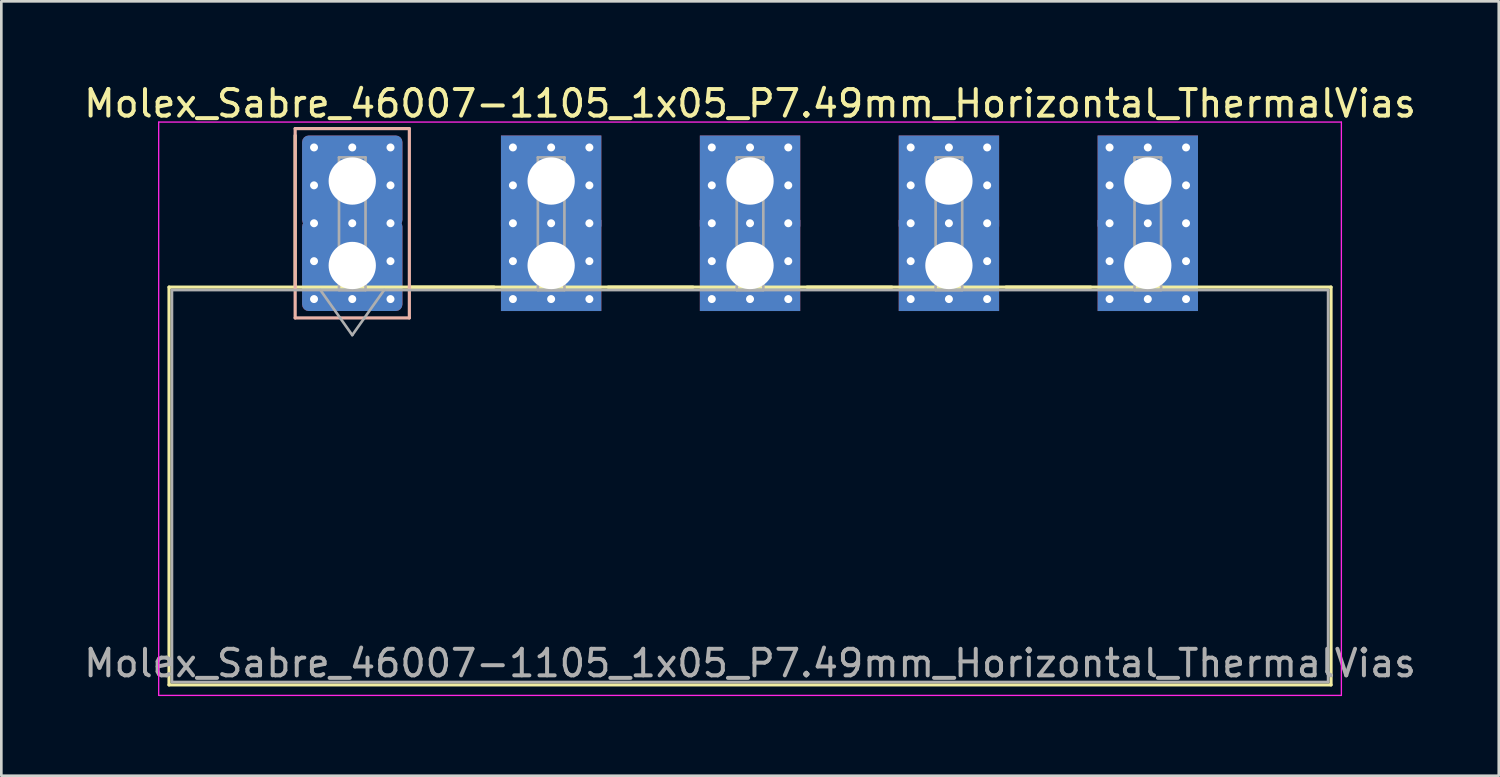
<source format=kicad_pcb>
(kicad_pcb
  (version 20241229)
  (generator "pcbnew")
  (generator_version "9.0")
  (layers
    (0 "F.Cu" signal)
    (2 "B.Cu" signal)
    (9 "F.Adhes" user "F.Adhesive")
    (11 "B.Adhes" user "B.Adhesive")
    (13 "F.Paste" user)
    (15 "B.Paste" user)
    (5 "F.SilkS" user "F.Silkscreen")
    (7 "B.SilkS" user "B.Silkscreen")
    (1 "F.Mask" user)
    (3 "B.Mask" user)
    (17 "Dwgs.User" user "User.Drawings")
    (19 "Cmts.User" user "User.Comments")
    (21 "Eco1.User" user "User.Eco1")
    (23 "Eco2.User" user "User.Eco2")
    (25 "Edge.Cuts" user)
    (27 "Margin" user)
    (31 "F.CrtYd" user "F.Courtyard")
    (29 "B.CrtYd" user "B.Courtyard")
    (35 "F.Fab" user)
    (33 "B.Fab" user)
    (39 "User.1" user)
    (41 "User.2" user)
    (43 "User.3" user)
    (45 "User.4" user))
  (footprint "Molex_Sabre_46007-1105_1x05_P7.49mm_Horizontal_ThermalVias"
    (layer "F.Cu")
    (at 10.216 6.948)
    (property "Reference" "Molex_Sabre_46007-1105_1x05_P7.49mm_Horizontal_ThermalVias" (at 14.98 -6.1 0) (layer "F.SilkS") (effects (font (size 1 1) (thickness 0.15))))
    (attr through_hole)
    (fp_line (start -6.9 0.815) (end -6.9 15.795) (stroke (width 0.12) (type solid)) (layer "F.SilkS"))
    (fp_line (start -6.9 15.795) (end 36.86 15.795) (stroke (width 0.12) (type solid)) (layer "F.SilkS"))
    (fp_line (start -2.15 0.815) (end -2.15 -4.895) (stroke (width 0.12) (type solid)) (layer "F.SilkS"))
    (fp_line (start 2.15 0.815) (end 5.34 0.815) (stroke (width 0.12) (type solid)) (layer "F.SilkS"))
    (fp_line (start 9.64 0.815) (end 12.83 0.815) (stroke (width 0.12) (type solid)) (layer "F.SilkS"))
    (fp_line (start 17.13 0.815) (end 20.32 0.815) (stroke (width 0.12) (type solid)) (layer "F.SilkS"))
    (fp_line (start 24.62 0.815) (end 27.81 0.815) (stroke (width 0.12) (type solid)) (layer "F.SilkS"))
    (fp_line (start 36.86 0.815) (end -6.9 0.815) (stroke (width 0.12) (type solid)) (layer "F.SilkS"))
    (fp_line (start 36.86 15.795) (end 36.86 0.815) (stroke (width 0.12) (type solid)) (layer "F.SilkS"))
    (fp_line (start -2.15 -5.155) (end -2.15 1.975) (stroke (width 0.12) (type solid)) (layer "B.SilkS"))
    (fp_line (start -2.15 1.975) (end 2.15 1.975) (stroke (width 0.12) (type solid)) (layer "B.SilkS"))
    (fp_line (start 2.15 -5.155) (end -2.15 -5.155) (stroke (width 0.12) (type solid)) (layer "B.SilkS"))
    (fp_line (start 2.15 1.975) (end 2.15 -5.155) (stroke (width 0.12) (type solid)) (layer "B.SilkS"))
    (fp_line (start -7.29 -5.4) (end -7.29 16.19) (stroke (width 0.05) (type solid)) (layer "F.CrtYd"))
    (fp_line (start -7.29 16.19) (end 37.25 16.19) (stroke (width 0.05) (type solid)) (layer "F.CrtYd"))
    (fp_line (start 37.25 -5.4) (end -7.29 -5.4) (stroke (width 0.05) (type solid)) (layer "F.CrtYd"))
    (fp_line (start 37.25 16.19) (end 37.25 -5.4) (stroke (width 0.05) (type solid)) (layer "F.CrtYd"))
    (fp_line (start -6.79 0.925) (end -6.79 15.685) (stroke (width 0.1) (type solid)) (layer "F.Fab"))
    (fp_line (start -6.79 15.685) (end 36.75 15.685) (stroke (width 0.1) (type solid)) (layer "F.Fab"))
    (fp_line (start -1.2 0.925) (end 0 2.622) (stroke (width 0.1) (type solid)) (layer "F.Fab"))
    (fp_line (start -0.5 -4.07) (end 0.5 -4.07) (stroke (width 0.1) (type solid)) (layer "F.Fab"))
    (fp_line (start -0.5 0.925) (end -0.5 -4.07) (stroke (width 0.1) (type solid)) (layer "F.Fab"))
    (fp_line (start 0 2.622) (end 1.2 0.925) (stroke (width 0.1) (type solid)) (layer "F.Fab"))
    (fp_line (start 0.5 -4.07) (end 0.5 0.925) (stroke (width 0.1) (type solid)) (layer "F.Fab"))
    (fp_line (start 0.5 0.925) (end -0.5 0.925) (stroke (width 0.1) (type solid)) (layer "F.Fab"))
    (fp_line (start 6.99 -4.07) (end 7.99 -4.07) (stroke (width 0.1) (type solid)) (layer "F.Fab"))
    (fp_line (start 6.99 0.925) (end 6.99 -4.07) (stroke (width 0.1) (type solid)) (layer "F.Fab"))
    (fp_line (start 7.99 -4.07) (end 7.99 0.925) (stroke (width 0.1) (type solid)) (layer "F.Fab"))
    (fp_line (start 7.99 0.925) (end 6.99 0.925) (stroke (width 0.1) (type solid)) (layer "F.Fab"))
    (fp_line (start 14.48 -4.07) (end 15.48 -4.07) (stroke (width 0.1) (type solid)) (layer "F.Fab"))
    (fp_line (start 14.48 0.925) (end 14.48 -4.07) (stroke (width 0.1) (type solid)) (layer "F.Fab"))
    (fp_line (start 15.48 -4.07) (end 15.48 0.925) (stroke (width 0.1) (type solid)) (layer "F.Fab"))
    (fp_line (start 15.48 0.925) (end 14.48 0.925) (stroke (width 0.1) (type solid)) (layer "F.Fab"))
    (fp_line (start 21.97 -4.07) (end 22.97 -4.07) (stroke (width 0.1) (type solid)) (layer "F.Fab"))
    (fp_line (start 21.97 0.925) (end 21.97 -4.07) (stroke (width 0.1) (type solid)) (layer "F.Fab"))
    (fp_line (start 22.97 -4.07) (end 22.97 0.925) (stroke (width 0.1) (type solid)) (layer "F.Fab"))
    (fp_line (start 22.97 0.925) (end 21.97 0.925) (stroke (width 0.1) (type solid)) (layer "F.Fab"))
    (fp_line (start 29.46 -4.07) (end 30.46 -4.07) (stroke (width 0.1) (type solid)) (layer "F.Fab"))
    (fp_line (start 29.46 0.925) (end 29.46 -4.07) (stroke (width 0.1) (type solid)) (layer "F.Fab"))
    (fp_line (start 30.46 -4.07) (end 30.46 0.925) (stroke (width 0.1) (type solid)) (layer "F.Fab"))
    (fp_line (start 30.46 0.925) (end 29.46 0.925) (stroke (width 0.1) (type solid)) (layer "F.Fab"))
    (fp_line (start 36.75 0.925) (end -6.79 0.925) (stroke (width 0.1) (type solid)) (layer "F.Fab"))
    (fp_line (start 36.75 15.685) (end 36.75 0.925) (stroke (width 0.1) (type solid)) (layer "F.Fab"))
    (fp_text user "${REFERENCE}" (at 14.98 14.98 0) (layer "F.Fab") (effects (font (size 1 1) (thickness 0.15))))
    (pad "1" thru_hole roundrect (at -1.44 -4.445) (size 0.6 0.6) (drill 0.3) (layers "*.Cu" "*.Mask") (roundrect_rratio 0.25))
    (pad "1" thru_hole roundrect (at -1.44 -3.018) (size 0.6 0.6) (drill 0.3) (layers "*.Cu" "*.Mask") (roundrect_rratio 0.25))
    (pad "1" thru_hole roundrect (at -1.44 -1.59) (size 0.6 0.6) (drill 0.3) (layers "*.Cu" "*.Mask") (roundrect_rratio 0.25))
    (pad "1" thru_hole roundrect (at -1.44 -0.163) (size 0.6 0.6) (drill 0.3) (layers "*.Cu" "*.Mask") (roundrect_rratio 0.25))
    (pad "1" thru_hole roundrect (at -1.44 1.265) (size 0.6 0.6) (drill 0.3) (layers "*.Cu" "*.Mask") (roundrect_rratio 0.25))
    (pad "1" thru_hole roundrect (at 0 -4.445) (size 0.6 0.6) (drill 0.3) (layers "*.Cu" "*.Mask") (roundrect_rratio 0.25))
    (pad "1" thru_hole roundrect (at 0 -3.18) (size 3.78 3.43) (drill 1.78) (layers "*.Cu" "*.Mask") (roundrect_rratio 0.073))
    (pad "1" thru_hole roundrect (at 0 -1.59) (size 0.6 0.6) (drill 0.3) (layers "*.Cu" "*.Mask") (roundrect_rratio 0.25))
    (pad "1" thru_hole roundrect (at 0 0) (size 3.78 3.43) (drill 1.78) (layers "*.Cu" "*.Mask") (roundrect_rratio 0.073))
    (pad "1" thru_hole roundrect (at 0 1.265) (size 0.6 0.6) (drill 0.3) (layers "*.Cu" "*.Mask") (roundrect_rratio 0.25))
    (pad "1" thru_hole roundrect (at 1.44 -4.445) (size 0.6 0.6) (drill 0.3) (layers "*.Cu" "*.Mask") (roundrect_rratio 0.25))
    (pad "1" thru_hole roundrect (at 1.44 -3.018) (size 0.6 0.6) (drill 0.3) (layers "*.Cu" "*.Mask") (roundrect_rratio 0.25))
    (pad "1" thru_hole roundrect (at 1.44 -1.59) (size 0.6 0.6) (drill 0.3) (layers "*.Cu" "*.Mask") (roundrect_rratio 0.25))
    (pad "1" thru_hole roundrect (at 1.44 -0.163) (size 0.6 0.6) (drill 0.3) (layers "*.Cu" "*.Mask") (roundrect_rratio 0.25))
    (pad "1" thru_hole roundrect (at 1.44 1.265) (size 0.6 0.6) (drill 0.3) (layers "*.Cu" "*.Mask") (roundrect_rratio 0.25))
    (pad "2" thru_hole circle (at 6.05 -4.445) (size 0.6 0.6) (drill 0.3) (layers "*.Cu" "*.Mask"))
    (pad "2" thru_hole circle (at 6.05 -3.018) (size 0.6 0.6) (drill 0.3) (layers "*.Cu" "*.Mask"))
    (pad "2" thru_hole circle (at 6.05 -1.59) (size 0.6 0.6) (drill 0.3) (layers "*.Cu" "*.Mask"))
    (pad "2" thru_hole circle (at 6.05 -0.163) (size 0.6 0.6) (drill 0.3) (layers "*.Cu" "*.Mask"))
    (pad "2" thru_hole circle (at 6.05 1.265) (size 0.6 0.6) (drill 0.3) (layers "*.Cu" "*.Mask"))
    (pad "2" thru_hole circle (at 7.49 -4.445) (size 0.6 0.6) (drill 0.3) (layers "*.Cu" "*.Mask"))
    (pad "2" thru_hole rect (at 7.49 -3.18) (size 3.78 3.43) (drill 1.78) (layers "*.Cu" "*.Mask"))
    (pad "2" thru_hole circle (at 7.49 -1.59) (size 0.6 0.6) (drill 0.3) (layers "*.Cu" "*.Mask"))
    (pad "2" thru_hole rect (at 7.49 0) (size 3.78 3.43) (drill 1.78) (layers "*.Cu" "*.Mask"))
    (pad "2" thru_hole circle (at 7.49 1.265) (size 0.6 0.6) (drill 0.3) (layers "*.Cu" "*.Mask"))
    (pad "2" thru_hole circle (at 8.93 -4.445) (size 0.6 0.6) (drill 0.3) (layers "*.Cu" "*.Mask"))
    (pad "2" thru_hole circle (at 8.93 -3.018) (size 0.6 0.6) (drill 0.3) (layers "*.Cu" "*.Mask"))
    (pad "2" thru_hole circle (at 8.93 -1.59) (size 0.6 0.6) (drill 0.3) (layers "*.Cu" "*.Mask"))
    (pad "2" thru_hole circle (at 8.93 -0.163) (size 0.6 0.6) (drill 0.3) (layers "*.Cu" "*.Mask"))
    (pad "2" thru_hole circle (at 8.93 1.265) (size 0.6 0.6) (drill 0.3) (layers "*.Cu" "*.Mask"))
    (pad "3" thru_hole circle (at 13.54 -4.445) (size 0.6 0.6) (drill 0.3) (layers "*.Cu" "*.Mask"))
    (pad "3" thru_hole circle (at 13.54 -3.018) (size 0.6 0.6) (drill 0.3) (layers "*.Cu" "*.Mask"))
    (pad "3" thru_hole circle (at 13.54 -1.59) (size 0.6 0.6) (drill 0.3) (layers "*.Cu" "*.Mask"))
    (pad "3" thru_hole circle (at 13.54 -0.163) (size 0.6 0.6) (drill 0.3) (layers "*.Cu" "*.Mask"))
    (pad "3" thru_hole circle (at 13.54 1.265) (size 0.6 0.6) (drill 0.3) (layers "*.Cu" "*.Mask"))
    (pad "3" thru_hole circle (at 14.98 -4.445) (size 0.6 0.6) (drill 0.3) (layers "*.Cu" "*.Mask"))
    (pad "3" thru_hole rect (at 14.98 -3.18) (size 3.78 3.43) (drill 1.78) (layers "*.Cu" "*.Mask"))
    (pad "3" thru_hole circle (at 14.98 -1.59) (size 0.6 0.6) (drill 0.3) (layers "*.Cu" "*.Mask"))
    (pad "3" thru_hole rect (at 14.98 0) (size 3.78 3.43) (drill 1.78) (layers "*.Cu" "*.Mask"))
    (pad "3" thru_hole circle (at 14.98 1.265) (size 0.6 0.6) (drill 0.3) (layers "*.Cu" "*.Mask"))
    (pad "3" thru_hole circle (at 16.42 -4.445) (size 0.6 0.6) (drill 0.3) (layers "*.Cu" "*.Mask"))
    (pad "3" thru_hole circle (at 16.42 -3.018) (size 0.6 0.6) (drill 0.3) (layers "*.Cu" "*.Mask"))
    (pad "3" thru_hole circle (at 16.42 -1.59) (size 0.6 0.6) (drill 0.3) (layers "*.Cu" "*.Mask"))
    (pad "3" thru_hole circle (at 16.42 -0.163) (size 0.6 0.6) (drill 0.3) (layers "*.Cu" "*.Mask"))
    (pad "3" thru_hole circle (at 16.42 1.265) (size 0.6 0.6) (drill 0.3) (layers "*.Cu" "*.Mask"))
    (pad "4" thru_hole circle (at 21.03 -4.445) (size 0.6 0.6) (drill 0.3) (layers "*.Cu" "*.Mask"))
    (pad "4" thru_hole circle (at 21.03 -3.018) (size 0.6 0.6) (drill 0.3) (layers "*.Cu" "*.Mask"))
    (pad "4" thru_hole circle (at 21.03 -1.59) (size 0.6 0.6) (drill 0.3) (layers "*.Cu" "*.Mask"))
    (pad "4" thru_hole circle (at 21.03 -0.163) (size 0.6 0.6) (drill 0.3) (layers "*.Cu" "*.Mask"))
    (pad "4" thru_hole circle (at 21.03 1.265) (size 0.6 0.6) (drill 0.3) (layers "*.Cu" "*.Mask"))
    (pad "4" thru_hole circle (at 22.47 -4.445) (size 0.6 0.6) (drill 0.3) (layers "*.Cu" "*.Mask"))
    (pad "4" thru_hole rect (at 22.47 -3.18) (size 3.78 3.43) (drill 1.78) (layers "*.Cu" "*.Mask"))
    (pad "4" thru_hole circle (at 22.47 -1.59) (size 0.6 0.6) (drill 0.3) (layers "*.Cu" "*.Mask"))
    (pad "4" thru_hole rect (at 22.47 0) (size 3.78 3.43) (drill 1.78) (layers "*.Cu" "*.Mask"))
    (pad "4" thru_hole circle (at 22.47 1.265) (size 0.6 0.6) (drill 0.3) (layers "*.Cu" "*.Mask"))
    (pad "4" thru_hole circle (at 23.91 -4.445) (size 0.6 0.6) (drill 0.3) (layers "*.Cu" "*.Mask"))
    (pad "4" thru_hole circle (at 23.91 -3.018) (size 0.6 0.6) (drill 0.3) (layers "*.Cu" "*.Mask"))
    (pad "4" thru_hole circle (at 23.91 -1.59) (size 0.6 0.6) (drill 0.3) (layers "*.Cu" "*.Mask"))
    (pad "4" thru_hole circle (at 23.91 -0.163) (size 0.6 0.6) (drill 0.3) (layers "*.Cu" "*.Mask"))
    (pad "4" thru_hole circle (at 23.91 1.265) (size 0.6 0.6) (drill 0.3) (layers "*.Cu" "*.Mask"))
    (pad "5" thru_hole circle (at 28.52 -4.445) (size 0.6 0.6) (drill 0.3) (layers "*.Cu" "*.Mask"))
    (pad "5" thru_hole circle (at 28.52 -3.018) (size 0.6 0.6) (drill 0.3) (layers "*.Cu" "*.Mask"))
    (pad "5" thru_hole circle (at 28.52 -1.59) (size 0.6 0.6) (drill 0.3) (layers "*.Cu" "*.Mask"))
    (pad "5" thru_hole circle (at 28.52 -0.163) (size 0.6 0.6) (drill 0.3) (layers "*.Cu" "*.Mask"))
    (pad "5" thru_hole circle (at 28.52 1.265) (size 0.6 0.6) (drill 0.3) (layers "*.Cu" "*.Mask"))
    (pad "5" thru_hole circle (at 29.96 -4.445) (size 0.6 0.6) (drill 0.3) (layers "*.Cu" "*.Mask"))
    (pad "5" thru_hole rect (at 29.96 -3.18) (size 3.78 3.43) (drill 1.78) (layers "*.Cu" "*.Mask"))
    (pad "5" thru_hole circle (at 29.96 -1.59) (size 0.6 0.6) (drill 0.3) (layers "*.Cu" "*.Mask"))
    (pad "5" thru_hole rect (at 29.96 0) (size 3.78 3.43) (drill 1.78) (layers "*.Cu" "*.Mask"))
    (pad "5" thru_hole circle (at 29.96 1.265) (size 0.6 0.6) (drill 0.3) (layers "*.Cu" "*.Mask"))
    (pad "5" thru_hole circle (at 31.4 -4.445) (size 0.6 0.6) (drill 0.3) (layers "*.Cu" "*.Mask"))
    (pad "5" thru_hole circle (at 31.4 -3.018) (size 0.6 0.6) (drill 0.3) (layers "*.Cu" "*.Mask"))
    (pad "5" thru_hole circle (at 31.4 -1.59) (size 0.6 0.6) (drill 0.3) (layers "*.Cu" "*.Mask"))
    (pad "5" thru_hole circle (at 31.4 -0.163) (size 0.6 0.6) (drill 0.3) (layers "*.Cu" "*.Mask"))
    (pad "5" thru_hole circle (at 31.4 1.265) (size 0.6 0.6) (drill 0.3) (layers "*.Cu" "*.Mask")))
  (gr_rect
    (start -3 -3)
    (end 53.393 26.163)
    (stroke (width 0.1) (type default))
    (fill no)
    (layer "Edge.Cuts")))
</source>
